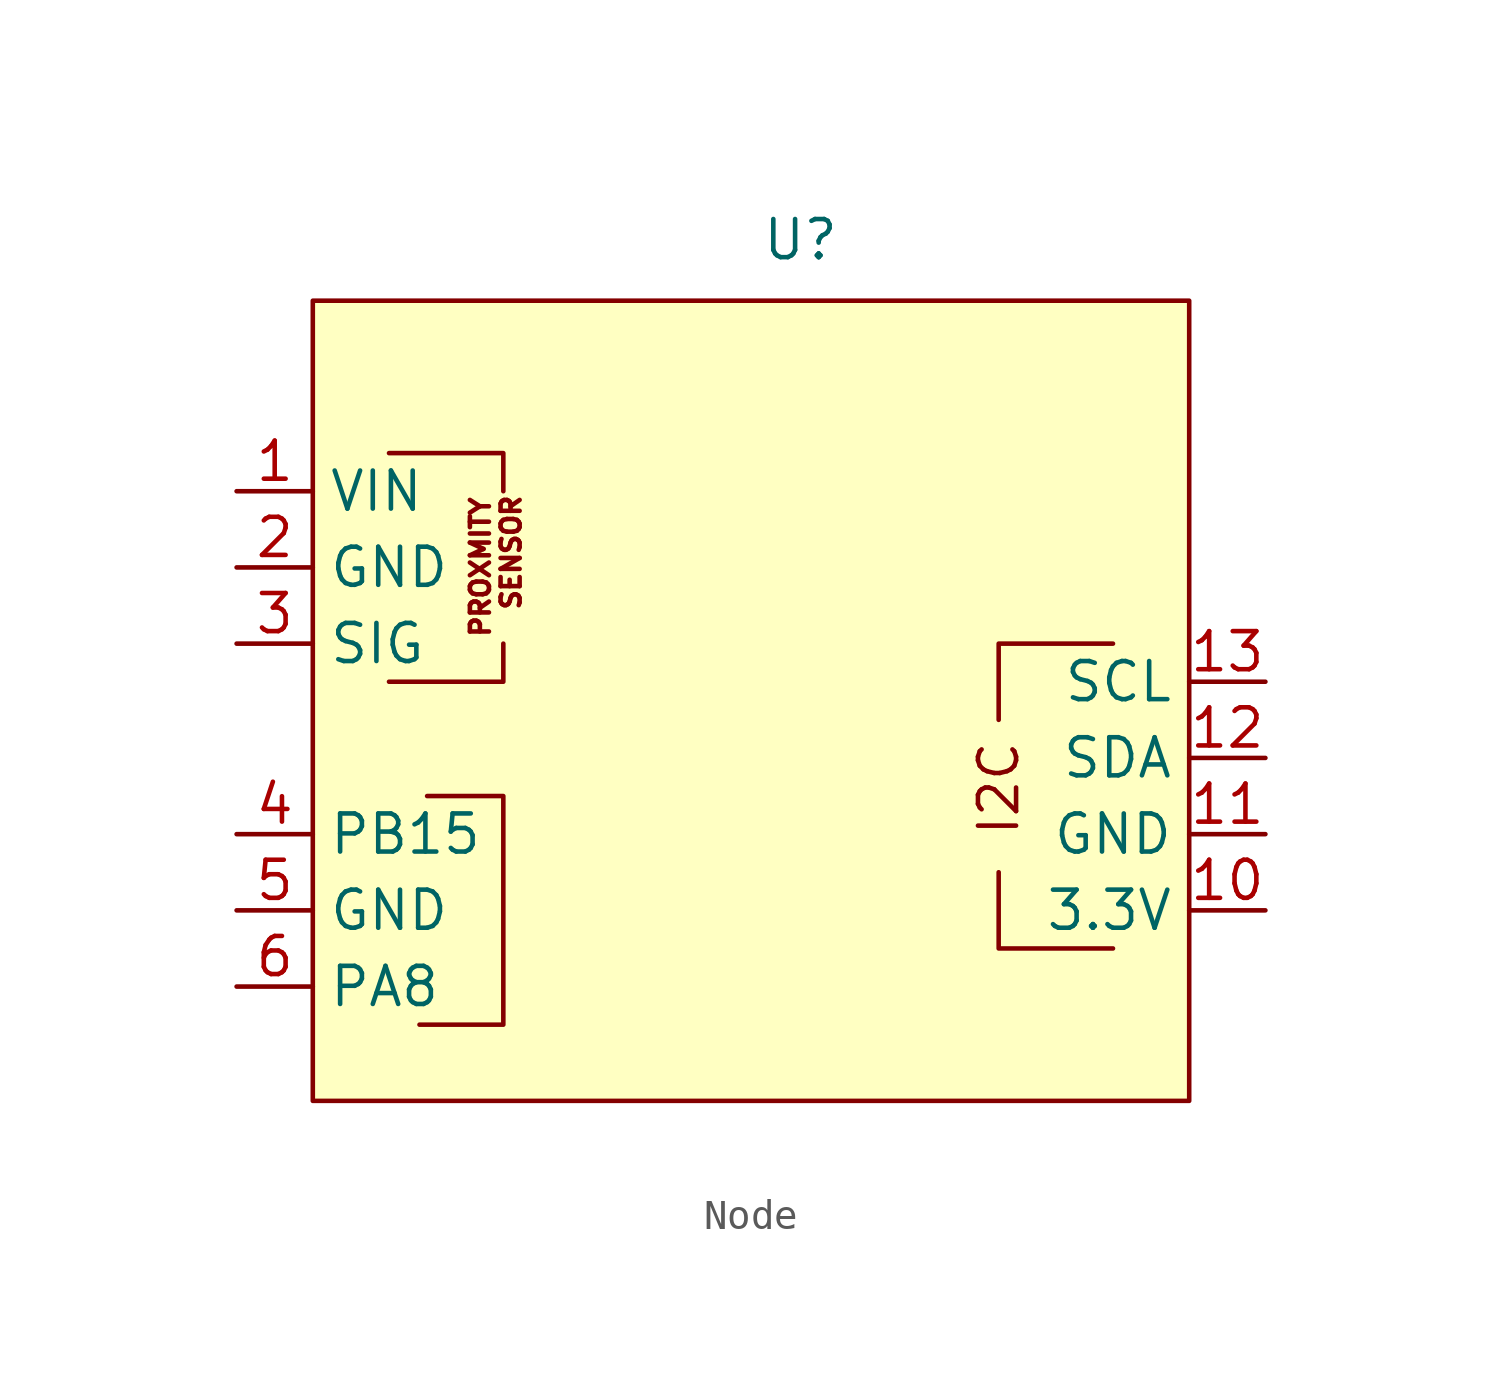
<source format=kicad_sym>
(kicad_symbol_lib
  (version 20231120)
  (generator "kicad_symbol_editor")
  (generator_version "8.0")
  (symbol "Node"
    (property "Reference" "U"
      (at 1.016 18.542 0)
      (effects (font (size 1.27 1.27))))
    (property "Value" ""
      (at -6.35 -1.27 0)
      (effects (font (size 1.27 1.27))))
    (symbol "Node_0_0"
      (pin power_out line (at -17.78 10.16 0) (length 2.54) (name "VIN" (effects (font (size 1.27 1.27)))) (number "1" (effects (font (size 1.27 1.27)))))
      (pin passive line (at 16.51 -3.81 180) (length 2.54) (name "3.3V" (effects (font (size 1.27 1.27)))) (number "10" (effects (font (size 1.27 1.27)))))
      (pin passive line (at 16.51 -1.27 180) (length 2.54) (name "GND" (effects (font (size 1.27 1.27)))) (number "11" (effects (font (size 1.27 1.27)))))
      (pin passive line (at 16.51 1.27 180) (length 2.54) (name "SDA" (effects (font (size 1.27 1.27)))) (number "12" (effects (font (size 1.27 1.27)))))
      (pin passive line (at 16.51 3.81 180) (length 2.54) (name "SCL" (effects (font (size 1.27 1.27)))) (number "13" (effects (font (size 1.27 1.27)))))
      (pin power_out line (at -17.78 7.62 0) (length 2.54) (name "GND" (effects (font (size 1.27 1.27)))) (number "2" (effects (font (size 1.27 1.27)))))
      (pin input line (at -17.78 5.08 0) (length 2.54) (name "SIG" (effects (font (size 1.27 1.27)))) (number "3" (effects (font (size 1.27 1.27)))))
      (pin passive line (at -17.78 -1.27 0) (length 2.54) (name "PB15" (effects (font (size 1.27 1.27)))) (number "4" (effects (font (size 1.27 1.27)))))
      (pin passive line (at -17.78 -3.81 0) (length 2.54) (name "GND" (effects (font (size 1.27 1.27)))) (number "5" (effects (font (size 1.27 1.27)))))
      (pin passive line (at -17.78 -6.35 0) (length 2.54) (name "PA8" (effects (font (size 1.27 1.27)))) (number "6" (effects (font (size 1.27 1.27))))))
    (symbol "Node_1_1"
      (rectangle (start -15.24 16.51) (end 13.97 -10.16) (stroke (width 0) (type default)) (fill (type background)))
      (polyline (pts (xy -12.7 3.81) (xy -8.89 3.81) (xy -8.89 5.08)) (stroke (width 0) (type default)) (fill (type none)))
      (polyline (pts (xy -12.7 11.43) (xy -8.89 11.43) (xy -8.89 10.16)) (stroke (width 0) (type default)) (fill (type none)))
      (polyline (pts (xy 7.62 2.54) (xy 7.62 5.08) (xy 11.43 5.08)) (stroke (width 0) (type default)) (fill (type none)))
      (polyline (pts (xy 11.43 -5.08) (xy 7.62 -5.08) (xy 7.62 -2.54)) (stroke (width 0) (type default)) (fill (type none)))
      (polyline (pts (xy -11.43 0) (xy -8.89 0) (xy -8.89 -7.62) (xy -11.684 -7.62)) (stroke (width 0) (type default)) (fill (type none)))
      (text "I2C\n" (at 7.62 0.254 900) (effects (font (size 1.27 1.27))))
      (text "PROXMITY \n SENSOR\n" (at -9.144 7.874 900) (effects (font (size 0.635 0.635)))))))
</source>
